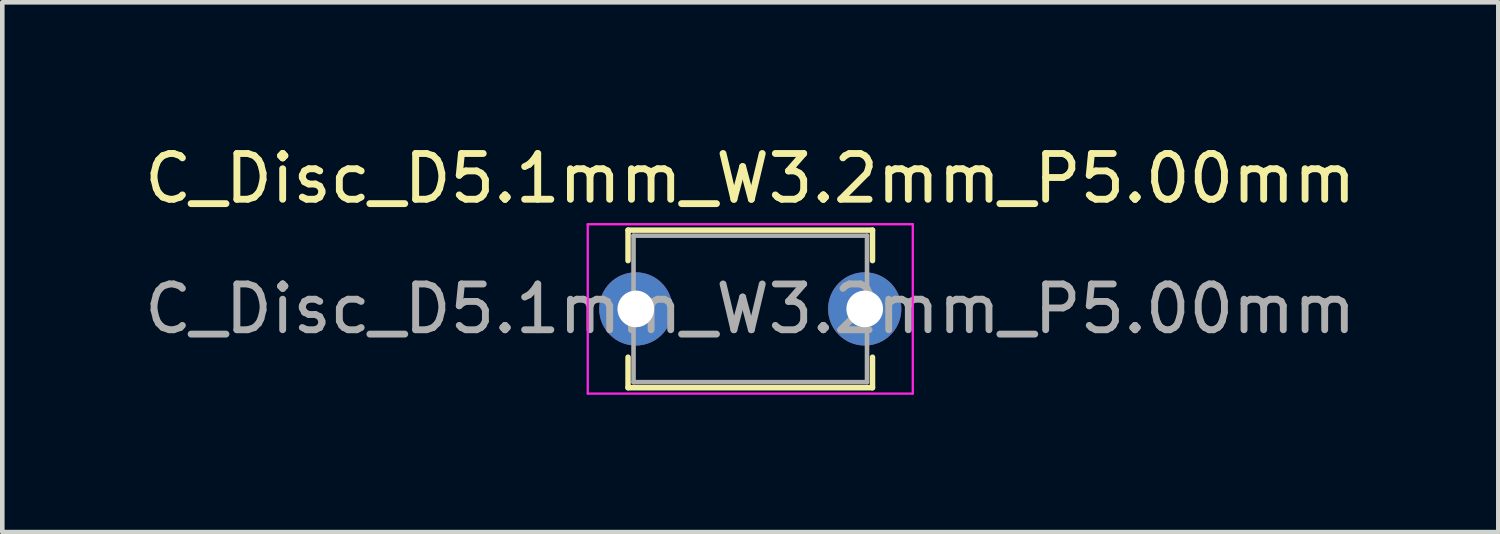
<source format=kicad_pcb>
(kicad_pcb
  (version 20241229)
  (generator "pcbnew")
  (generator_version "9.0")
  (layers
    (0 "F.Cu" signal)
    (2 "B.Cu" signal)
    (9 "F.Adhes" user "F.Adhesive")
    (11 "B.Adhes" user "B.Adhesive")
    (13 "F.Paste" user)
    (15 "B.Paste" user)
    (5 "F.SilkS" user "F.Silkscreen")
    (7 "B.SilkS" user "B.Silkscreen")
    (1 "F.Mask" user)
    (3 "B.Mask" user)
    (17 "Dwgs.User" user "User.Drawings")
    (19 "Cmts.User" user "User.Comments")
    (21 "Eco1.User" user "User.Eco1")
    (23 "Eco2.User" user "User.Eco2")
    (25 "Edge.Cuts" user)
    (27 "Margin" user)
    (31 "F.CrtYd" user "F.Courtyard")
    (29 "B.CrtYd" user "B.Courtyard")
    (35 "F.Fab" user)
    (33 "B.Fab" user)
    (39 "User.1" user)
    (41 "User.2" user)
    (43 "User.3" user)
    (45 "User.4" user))
  (footprint "C_Disc_D5.1mm_W3.2mm_P5.00mm"
    (layer "F.Cu")
    (at 10.839 3.698)
    (property "Reference" "C_Disc_D5.1mm_W3.2mm_P5.00mm" (at 2.5 -2.85 0) (layer "F.SilkS") (effects (font (size 1 1) (thickness 0.15))))
    (attr through_hole)
    (fp_line (start -0.17 -1.721) (end -0.17 -1.055) (stroke (width 0.12) (type solid)) (layer "F.SilkS"))
    (fp_line (start -0.17 -1.721) (end 5.17 -1.721) (stroke (width 0.12) (type solid)) (layer "F.SilkS"))
    (fp_line (start -0.17 1.055) (end -0.17 1.721) (stroke (width 0.12) (type solid)) (layer "F.SilkS"))
    (fp_line (start -0.17 1.721) (end 5.17 1.721) (stroke (width 0.12) (type solid)) (layer "F.SilkS"))
    (fp_line (start 5.17 -1.721) (end 5.17 -1.055) (stroke (width 0.12) (type solid)) (layer "F.SilkS"))
    (fp_line (start 5.17 1.055) (end 5.17 1.721) (stroke (width 0.12) (type solid)) (layer "F.SilkS"))
    (fp_line (start -1.05 -1.85) (end -1.05 1.85) (stroke (width 0.05) (type solid)) (layer "F.CrtYd"))
    (fp_line (start -1.05 1.85) (end 6.05 1.85) (stroke (width 0.05) (type solid)) (layer "F.CrtYd"))
    (fp_line (start 6.05 -1.85) (end -1.05 -1.85) (stroke (width 0.05) (type solid)) (layer "F.CrtYd"))
    (fp_line (start 6.05 1.85) (end 6.05 -1.85) (stroke (width 0.05) (type solid)) (layer "F.CrtYd"))
    (fp_line (start -0.05 -1.6) (end -0.05 1.6) (stroke (width 0.1) (type solid)) (layer "F.Fab"))
    (fp_line (start -0.05 1.6) (end 5.05 1.6) (stroke (width 0.1) (type solid)) (layer "F.Fab"))
    (fp_line (start 5.05 -1.6) (end -0.05 -1.6) (stroke (width 0.1) (type solid)) (layer "F.Fab"))
    (fp_line (start 5.05 1.6) (end 5.05 -1.6) (stroke (width 0.1) (type solid)) (layer "F.Fab"))
    (fp_text user "${REFERENCE}" (at 2.5 0 0) (layer "F.Fab") (effects (font (size 1 1) (thickness 0.15))))
    (pad "S" thru_hole circle (at 5 0) (size 1.6 1.6) (drill 0.8) (layers "*.Cu" "*.Mask"))
    (pad "T" thru_hole circle (at 0 0) (size 1.6 1.6) (drill 0.8) (layers "*.Cu" "*.Mask")))
  (gr_rect
    (start -3 -3)
    (end 29.679 8.573)
    (stroke (width 0.1) (type default))
    (fill no)
    (layer "Edge.Cuts")))
</source>
